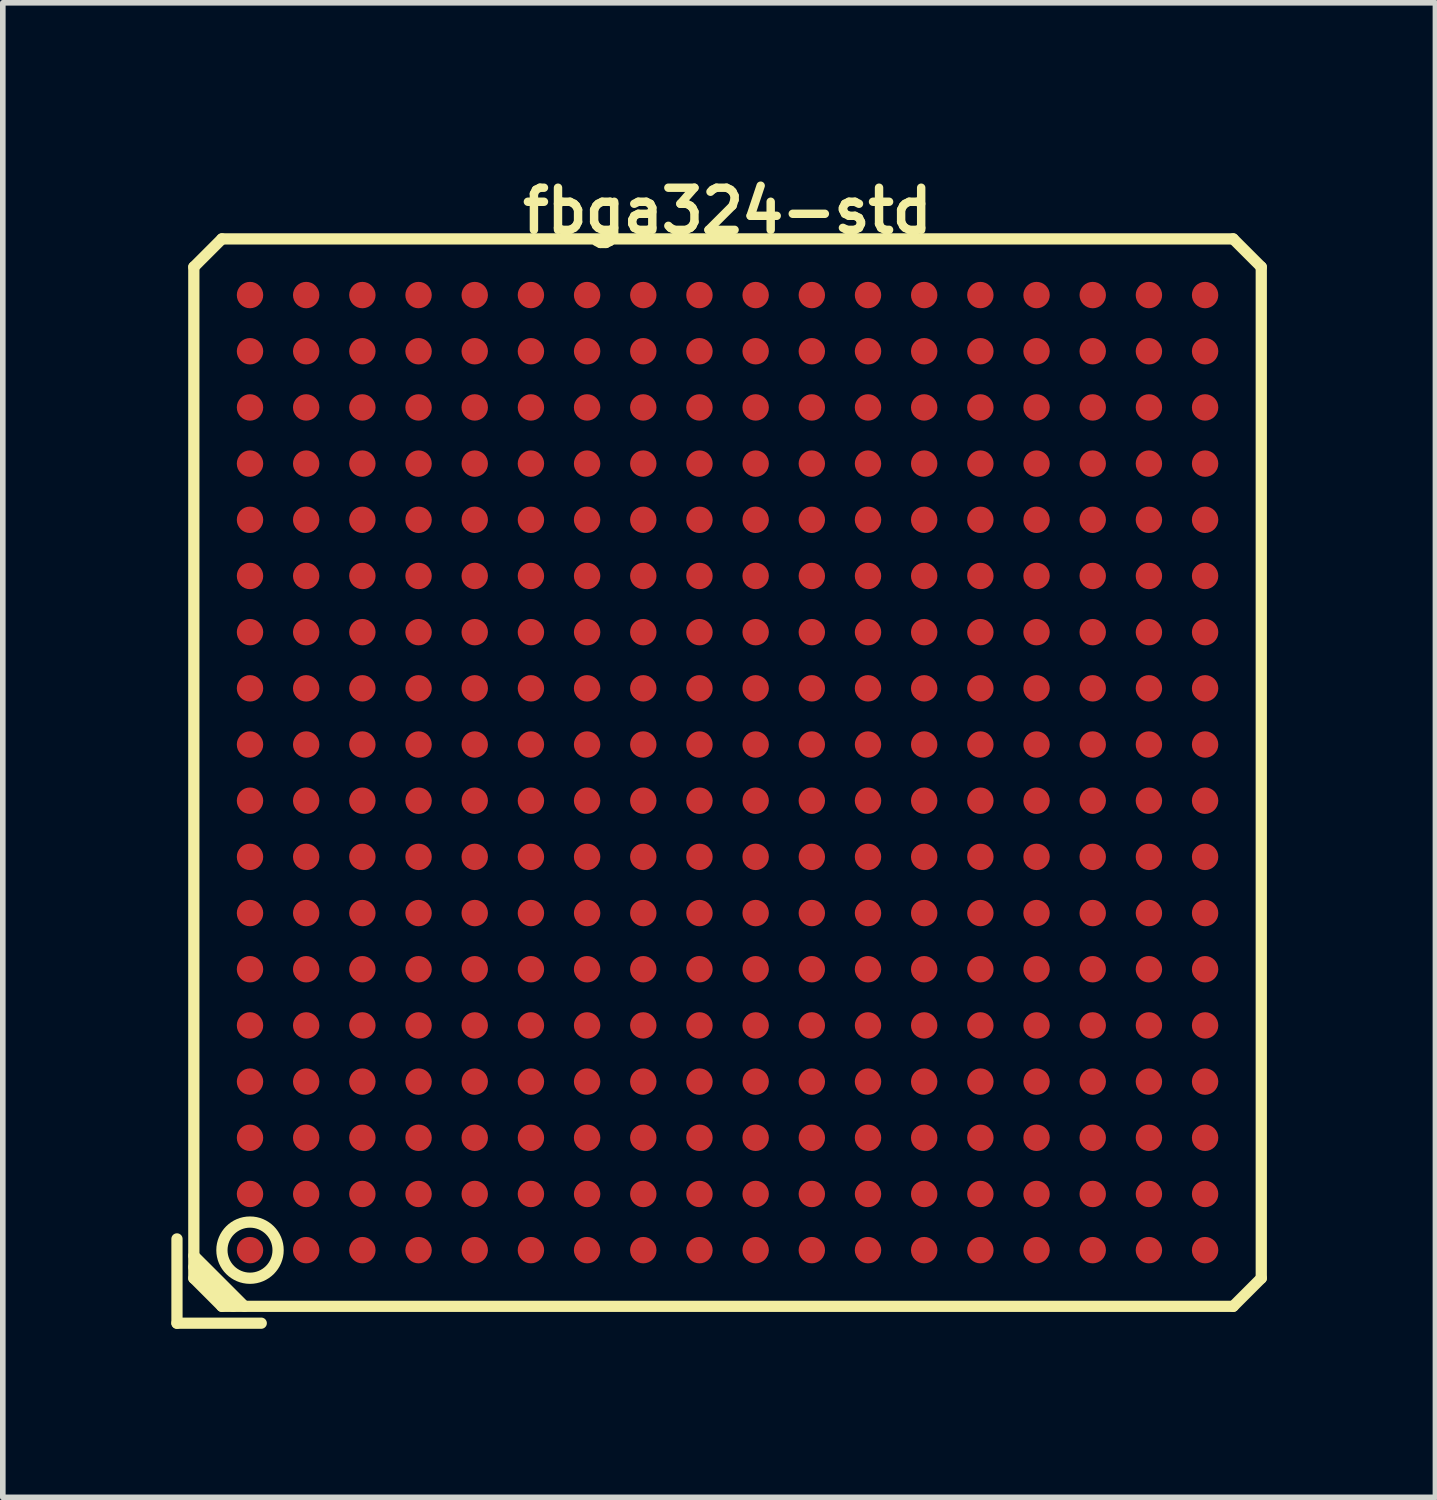
<source format=kicad_pcb>
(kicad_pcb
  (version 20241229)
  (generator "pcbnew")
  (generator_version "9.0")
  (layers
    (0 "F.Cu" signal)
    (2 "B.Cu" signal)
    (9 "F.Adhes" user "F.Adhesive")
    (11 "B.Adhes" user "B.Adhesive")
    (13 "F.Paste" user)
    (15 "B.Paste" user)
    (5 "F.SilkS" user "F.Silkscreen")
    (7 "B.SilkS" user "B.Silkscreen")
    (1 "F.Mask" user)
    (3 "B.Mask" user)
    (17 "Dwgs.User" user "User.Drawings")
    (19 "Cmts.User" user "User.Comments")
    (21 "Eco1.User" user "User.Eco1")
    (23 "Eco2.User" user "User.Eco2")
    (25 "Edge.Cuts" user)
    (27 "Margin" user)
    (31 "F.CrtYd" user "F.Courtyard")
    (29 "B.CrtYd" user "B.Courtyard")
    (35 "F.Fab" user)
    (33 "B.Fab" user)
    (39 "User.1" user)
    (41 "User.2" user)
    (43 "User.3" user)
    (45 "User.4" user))
  (footprint "fbga324-std"
    (layer "F.Cu")
    (at 9.9 10.702)
    (property "Reference" "fbga324-std" (at 0 -10 0) (layer "F.SilkS") (effects (font (size 0.75 0.75) (thickness 0.15))))
    (attr through_hole)
    (fp_line (start -9.8 8.3) (end -9.8 9.8) (stroke (width 0.2) (type solid)) (layer "F.SilkS"))
    (fp_line (start -9.8 9.8) (end -8.3 9.8) (stroke (width 0.2) (type solid)) (layer "F.SilkS"))
    (fp_line (start -9.5 -9) (end -9.5 9) (stroke (width 0.2) (type solid)) (layer "F.SilkS"))
    (fp_line (start -9.5 -9) (end -9 -9.5) (stroke (width 0.2) (type solid)) (layer "F.SilkS"))
    (fp_line (start -9.5 8.8) (end -8.8 9.5) (stroke (width 0.2) (type solid)) (layer "F.SilkS"))
    (fp_line (start -9 9.5) (end -9.5 9) (stroke (width 0.2) (type solid)) (layer "F.SilkS"))
    (fp_line (start -9 9.5) (end 9 9.5) (stroke (width 0.2) (type solid)) (layer "F.SilkS"))
    (fp_line (start -8.6 9.5) (end -9.5 8.6) (stroke (width 0.2) (type solid)) (layer "F.SilkS"))
    (fp_line (start 9 -9.5) (end -9 -9.5) (stroke (width 0.2) (type solid)) (layer "F.SilkS"))
    (fp_line (start 9 -9.5) (end 9.5 -9) (stroke (width 0.2) (type solid)) (layer "F.SilkS"))
    (fp_line (start 9.5 9) (end 9 9.5) (stroke (width 0.2) (type solid)) (layer "F.SilkS"))
    (fp_line (start 9.5 9) (end 9.5 -9) (stroke (width 0.2) (type solid)) (layer "F.SilkS"))
    (fp_circle (center -8.5 8.5) (end -8.8 8.9) (stroke (width 0.2) (type solid)) (fill no) (layer "F.SilkS"))
    (pad "A1" smd circle (at -8.5 8.5 90) (size 0.47 0.47) (layers "F.Cu" "F.Mask" "F.Paste"))
    (pad "A2" smd circle (at -8.5 7.5 90) (size 0.47 0.47) (layers "F.Cu" "F.Mask" "F.Paste"))
    (pad "A3" smd circle (at -8.5 6.5 90) (size 0.47 0.47) (layers "F.Cu" "F.Mask" "F.Paste"))
    (pad "A4" smd circle (at -8.5 5.5 90) (size 0.47 0.47) (layers "F.Cu" "F.Mask" "F.Paste"))
    (pad "A5" smd circle (at -8.5 4.5 90) (size 0.47 0.47) (layers "F.Cu" "F.Mask" "F.Paste"))
    (pad "A6" smd circle (at -8.5 3.5 90) (size 0.47 0.47) (layers "F.Cu" "F.Mask" "F.Paste"))
    (pad "A7" smd circle (at -8.5 2.5 90) (size 0.47 0.47) (layers "F.Cu" "F.Mask" "F.Paste"))
    (pad "A8" smd circle (at -8.5 1.5 90) (size 0.47 0.47) (layers "F.Cu" "F.Mask" "F.Paste"))
    (pad "A9" smd circle (at -8.5 0.5 90) (size 0.47 0.47) (layers "F.Cu" "F.Mask" "F.Paste"))
    (pad "A10" smd circle (at -8.5 -0.5 90) (size 0.47 0.47) (layers "F.Cu" "F.Mask" "F.Paste"))
    (pad "A11" smd circle (at -8.5 -1.5 90) (size 0.47 0.47) (layers "F.Cu" "F.Mask" "F.Paste"))
    (pad "A12" smd circle (at -8.5 -2.5 90) (size 0.47 0.47) (layers "F.Cu" "F.Mask" "F.Paste"))
    (pad "A13" smd circle (at -8.5 -3.5 90) (size 0.47 0.47) (layers "F.Cu" "F.Mask" "F.Paste"))
    (pad "A14" smd circle (at -8.5 -4.5 90) (size 0.47 0.47) (layers "F.Cu" "F.Mask" "F.Paste"))
    (pad "A15" smd circle (at -8.5 -5.5 90) (size 0.47 0.47) (layers "F.Cu" "F.Mask" "F.Paste"))
    (pad "A16" smd circle (at -8.5 -6.5 90) (size 0.47 0.47) (layers "F.Cu" "F.Mask" "F.Paste"))
    (pad "A17" smd circle (at -8.5 -7.5 90) (size 0.47 0.47) (layers "F.Cu" "F.Mask" "F.Paste"))
    (pad "A18" smd circle (at -8.5 -8.5 90) (size 0.47 0.47) (layers "F.Cu" "F.Mask" "F.Paste"))
    (pad "B1" smd circle (at -7.5 8.5 90) (size 0.47 0.47) (layers "F.Cu" "F.Mask" "F.Paste"))
    (pad "B2" smd circle (at -7.5 7.5 90) (size 0.47 0.47) (layers "F.Cu" "F.Mask" "F.Paste"))
    (pad "B3" smd circle (at -7.5 6.5 90) (size 0.47 0.47) (layers "F.Cu" "F.Mask" "F.Paste"))
    (pad "B4" smd circle (at -7.5 5.5 90) (size 0.47 0.47) (layers "F.Cu" "F.Mask" "F.Paste"))
    (pad "B5" smd circle (at -7.5 4.5 90) (size 0.47 0.47) (layers "F.Cu" "F.Mask" "F.Paste"))
    (pad "B6" smd circle (at -7.5 3.5 90) (size 0.47 0.47) (layers "F.Cu" "F.Mask" "F.Paste"))
    (pad "B7" smd circle (at -7.5 2.5 90) (size 0.47 0.47) (layers "F.Cu" "F.Mask" "F.Paste"))
    (pad "B8" smd circle (at -7.5 1.5 90) (size 0.47 0.47) (layers "F.Cu" "F.Mask" "F.Paste"))
    (pad "B9" smd circle (at -7.5 0.5 90) (size 0.47 0.47) (layers "F.Cu" "F.Mask" "F.Paste"))
    (pad "B10" smd circle (at -7.5 -0.5 90) (size 0.47 0.47) (layers "F.Cu" "F.Mask" "F.Paste"))
    (pad "B11" smd circle (at -7.5 -1.5 90) (size 0.47 0.47) (layers "F.Cu" "F.Mask" "F.Paste"))
    (pad "B12" smd circle (at -7.5 -2.5 90) (size 0.47 0.47) (layers "F.Cu" "F.Mask" "F.Paste"))
    (pad "B13" smd circle (at -7.5 -3.5 90) (size 0.47 0.47) (layers "F.Cu" "F.Mask" "F.Paste"))
    (pad "B14" smd circle (at -7.5 -4.5 90) (size 0.47 0.47) (layers "F.Cu" "F.Mask" "F.Paste"))
    (pad "B15" smd circle (at -7.5 -5.5 90) (size 0.47 0.47) (layers "F.Cu" "F.Mask" "F.Paste"))
    (pad "B16" smd circle (at -7.5 -6.5 90) (size 0.47 0.47) (layers "F.Cu" "F.Mask" "F.Paste"))
    (pad "B17" smd circle (at -7.5 -7.5 90) (size 0.47 0.47) (layers "F.Cu" "F.Mask" "F.Paste"))
    (pad "B18" smd circle (at -7.5 -8.5 90) (size 0.47 0.47) (layers "F.Cu" "F.Mask" "F.Paste"))
    (pad "C1" smd circle (at -6.5 8.5 90) (size 0.47 0.47) (layers "F.Cu" "F.Mask" "F.Paste"))
    (pad "C2" smd circle (at -6.5 7.5 90) (size 0.47 0.47) (layers "F.Cu" "F.Mask" "F.Paste"))
    (pad "C3" smd circle (at -6.5 6.5 90) (size 0.47 0.47) (layers "F.Cu" "F.Mask" "F.Paste"))
    (pad "C4" smd circle (at -6.5 5.5 90) (size 0.47 0.47) (layers "F.Cu" "F.Mask" "F.Paste"))
    (pad "C5" smd circle (at -6.5 4.5 90) (size 0.47 0.47) (layers "F.Cu" "F.Mask" "F.Paste"))
    (pad "C6" smd circle (at -6.5 3.5 90) (size 0.47 0.47) (layers "F.Cu" "F.Mask" "F.Paste"))
    (pad "C7" smd circle (at -6.5 2.5 90) (size 0.47 0.47) (layers "F.Cu" "F.Mask" "F.Paste"))
    (pad "C8" smd circle (at -6.5 1.5 90) (size 0.47 0.47) (layers "F.Cu" "F.Mask" "F.Paste"))
    (pad "C9" smd circle (at -6.5 0.5 90) (size 0.47 0.47) (layers "F.Cu" "F.Mask" "F.Paste"))
    (pad "C10" smd circle (at -6.5 -0.5 90) (size 0.47 0.47) (layers "F.Cu" "F.Mask" "F.Paste"))
    (pad "C11" smd circle (at -6.5 -1.5 90) (size 0.47 0.47) (layers "F.Cu" "F.Mask" "F.Paste"))
    (pad "C12" smd circle (at -6.5 -2.5 90) (size 0.47 0.47) (layers "F.Cu" "F.Mask" "F.Paste"))
    (pad "C13" smd circle (at -6.5 -3.5 90) (size 0.47 0.47) (layers "F.Cu" "F.Mask" "F.Paste"))
    (pad "C14" smd circle (at -6.5 -4.5 90) (size 0.47 0.47) (layers "F.Cu" "F.Mask" "F.Paste"))
    (pad "C15" smd circle (at -6.5 -5.5 90) (size 0.47 0.47) (layers "F.Cu" "F.Mask" "F.Paste"))
    (pad "C16" smd circle (at -6.5 -6.5 90) (size 0.47 0.47) (layers "F.Cu" "F.Mask" "F.Paste"))
    (pad "C17" smd circle (at -6.5 -7.5 90) (size 0.47 0.47) (layers "F.Cu" "F.Mask" "F.Paste"))
    (pad "C18" smd circle (at -6.5 -8.5 90) (size 0.47 0.47) (layers "F.Cu" "F.Mask" "F.Paste"))
    (pad "D1" smd circle (at -5.5 8.5 90) (size 0.47 0.47) (layers "F.Cu" "F.Mask" "F.Paste"))
    (pad "D2" smd circle (at -5.5 7.5 90) (size 0.47 0.47) (layers "F.Cu" "F.Mask" "F.Paste"))
    (pad "D3" smd circle (at -5.5 6.5 90) (size 0.47 0.47) (layers "F.Cu" "F.Mask" "F.Paste"))
    (pad "D4" smd circle (at -5.5 5.5 90) (size 0.47 0.47) (layers "F.Cu" "F.Mask" "F.Paste"))
    (pad "D5" smd circle (at -5.5 4.5 90) (size 0.47 0.47) (layers "F.Cu" "F.Mask" "F.Paste"))
    (pad "D6" smd circle (at -5.5 3.5 90) (size 0.47 0.47) (layers "F.Cu" "F.Mask" "F.Paste"))
    (pad "D7" smd circle (at -5.5 2.5 90) (size 0.47 0.47) (layers "F.Cu" "F.Mask" "F.Paste"))
    (pad "D8" smd circle (at -5.5 1.5 90) (size 0.47 0.47) (layers "F.Cu" "F.Mask" "F.Paste"))
    (pad "D9" smd circle (at -5.5 0.5 90) (size 0.47 0.47) (layers "F.Cu" "F.Mask" "F.Paste"))
    (pad "D10" smd circle (at -5.5 -0.5 90) (size 0.47 0.47) (layers "F.Cu" "F.Mask" "F.Paste"))
    (pad "D11" smd circle (at -5.5 -1.5 90) (size 0.47 0.47) (layers "F.Cu" "F.Mask" "F.Paste"))
    (pad "D12" smd circle (at -5.5 -2.5 90) (size 0.47 0.47) (layers "F.Cu" "F.Mask" "F.Paste"))
    (pad "D13" smd circle (at -5.5 -3.5 90) (size 0.47 0.47) (layers "F.Cu" "F.Mask" "F.Paste"))
    (pad "D14" smd circle (at -5.5 -4.5 90) (size 0.47 0.47) (layers "F.Cu" "F.Mask" "F.Paste"))
    (pad "D15" smd circle (at -5.5 -5.5 90) (size 0.47 0.47) (layers "F.Cu" "F.Mask" "F.Paste"))
    (pad "D16" smd circle (at -5.5 -6.5 90) (size 0.47 0.47) (layers "F.Cu" "F.Mask" "F.Paste"))
    (pad "D17" smd circle (at -5.5 -7.5 90) (size 0.47 0.47) (layers "F.Cu" "F.Mask" "F.Paste"))
    (pad "D18" smd circle (at -5.5 -8.5 90) (size 0.47 0.47) (layers "F.Cu" "F.Mask" "F.Paste"))
    (pad "E1" smd circle (at -4.5 8.5 90) (size 0.47 0.47) (layers "F.Cu" "F.Mask" "F.Paste"))
    (pad "E2" smd circle (at -4.5 7.5 90) (size 0.47 0.47) (layers "F.Cu" "F.Mask" "F.Paste"))
    (pad "E3" smd circle (at -4.5 6.5 90) (size 0.47 0.47) (layers "F.Cu" "F.Mask" "F.Paste"))
    (pad "E4" smd circle (at -4.5 5.5 90) (size 0.47 0.47) (layers "F.Cu" "F.Mask" "F.Paste"))
    (pad "E5" smd circle (at -4.5 4.5 90) (size 0.47 0.47) (layers "F.Cu" "F.Mask" "F.Paste"))
    (pad "E6" smd circle (at -4.5 3.5 90) (size 0.47 0.47) (layers "F.Cu" "F.Mask" "F.Paste"))
    (pad "E7" smd circle (at -4.5 2.5 90) (size 0.47 0.47) (layers "F.Cu" "F.Mask" "F.Paste"))
    (pad "E8" smd circle (at -4.5 1.5 90) (size 0.47 0.47) (layers "F.Cu" "F.Mask" "F.Paste"))
    (pad "E9" smd circle (at -4.5 0.5 90) (size 0.47 0.47) (layers "F.Cu" "F.Mask" "F.Paste"))
    (pad "E10" smd circle (at -4.5 -0.5 90) (size 0.47 0.47) (layers "F.Cu" "F.Mask" "F.Paste"))
    (pad "E11" smd circle (at -4.5 -1.5 90) (size 0.47 0.47) (layers "F.Cu" "F.Mask" "F.Paste"))
    (pad "E12" smd circle (at -4.5 -2.5 90) (size 0.47 0.47) (layers "F.Cu" "F.Mask" "F.Paste"))
    (pad "E13" smd circle (at -4.5 -3.5 90) (size 0.47 0.47) (layers "F.Cu" "F.Mask" "F.Paste"))
    (pad "E14" smd circle (at -4.5 -4.5 90) (size 0.47 0.47) (layers "F.Cu" "F.Mask" "F.Paste"))
    (pad "E15" smd circle (at -4.5 -5.5 90) (size 0.47 0.47) (layers "F.Cu" "F.Mask" "F.Paste"))
    (pad "E16" smd circle (at -4.5 -6.5 90) (size 0.47 0.47) (layers "F.Cu" "F.Mask" "F.Paste"))
    (pad "E17" smd circle (at -4.5 -7.5 90) (size 0.47 0.47) (layers "F.Cu" "F.Mask" "F.Paste"))
    (pad "E18" smd circle (at -4.5 -8.5 90) (size 0.47 0.47) (layers "F.Cu" "F.Mask" "F.Paste"))
    (pad "F1" smd circle (at -3.5 8.5 90) (size 0.47 0.47) (layers "F.Cu" "F.Mask" "F.Paste"))
    (pad "F2" smd circle (at -3.5 7.5 90) (size 0.47 0.47) (layers "F.Cu" "F.Mask" "F.Paste"))
    (pad "F3" smd circle (at -3.5 6.5 90) (size 0.47 0.47) (layers "F.Cu" "F.Mask" "F.Paste"))
    (pad "F4" smd circle (at -3.5 5.5 90) (size 0.47 0.47) (layers "F.Cu" "F.Mask" "F.Paste"))
    (pad "F5" smd circle (at -3.5 4.5 90) (size 0.47 0.47) (layers "F.Cu" "F.Mask" "F.Paste"))
    (pad "F6" smd circle (at -3.5 3.5 90) (size 0.47 0.47) (layers "F.Cu" "F.Mask" "F.Paste"))
    (pad "F7" smd circle (at -3.5 2.5 90) (size 0.47 0.47) (layers "F.Cu" "F.Mask" "F.Paste"))
    (pad "F8" smd circle (at -3.5 1.5 90) (size 0.47 0.47) (layers "F.Cu" "F.Mask" "F.Paste"))
    (pad "F9" smd circle (at -3.5 0.5 90) (size 0.47 0.47) (layers "F.Cu" "F.Mask" "F.Paste"))
    (pad "F10" smd circle (at -3.5 -0.5 90) (size 0.47 0.47) (layers "F.Cu" "F.Mask" "F.Paste"))
    (pad "F11" smd circle (at -3.5 -1.5 90) (size 0.47 0.47) (layers "F.Cu" "F.Mask" "F.Paste"))
    (pad "F12" smd circle (at -3.5 -2.5 90) (size 0.47 0.47) (layers "F.Cu" "F.Mask" "F.Paste"))
    (pad "F13" smd circle (at -3.5 -3.5 90) (size 0.47 0.47) (layers "F.Cu" "F.Mask" "F.Paste"))
    (pad "F14" smd circle (at -3.5 -4.5 90) (size 0.47 0.47) (layers "F.Cu" "F.Mask" "F.Paste"))
    (pad "F15" smd circle (at -3.5 -5.5 90) (size 0.47 0.47) (layers "F.Cu" "F.Mask" "F.Paste"))
    (pad "F16" smd circle (at -3.5 -6.5 90) (size 0.47 0.47) (layers "F.Cu" "F.Mask" "F.Paste"))
    (pad "F17" smd circle (at -3.5 -7.5 90) (size 0.47 0.47) (layers "F.Cu" "F.Mask" "F.Paste"))
    (pad "F18" smd circle (at -3.5 -8.5 90) (size 0.47 0.47) (layers "F.Cu" "F.Mask" "F.Paste"))
    (pad "G1" smd circle (at -2.5 8.5 90) (size 0.47 0.47) (layers "F.Cu" "F.Mask" "F.Paste"))
    (pad "G2" smd circle (at -2.5 7.5 90) (size 0.47 0.47) (layers "F.Cu" "F.Mask" "F.Paste"))
    (pad "G3" smd circle (at -2.5 6.5 90) (size 0.47 0.47) (layers "F.Cu" "F.Mask" "F.Paste"))
    (pad "G4" smd circle (at -2.5 5.5 90) (size 0.47 0.47) (layers "F.Cu" "F.Mask" "F.Paste"))
    (pad "G5" smd circle (at -2.5 4.5 90) (size 0.47 0.47) (layers "F.Cu" "F.Mask" "F.Paste"))
    (pad "G6" smd circle (at -2.5 3.5 90) (size 0.47 0.47) (layers "F.Cu" "F.Mask" "F.Paste"))
    (pad "G7" smd circle (at -2.5 2.5 90) (size 0.47 0.47) (layers "F.Cu" "F.Mask" "F.Paste"))
    (pad "G8" smd circle (at -2.5 1.5 90) (size 0.47 0.47) (layers "F.Cu" "F.Mask" "F.Paste"))
    (pad "G9" smd circle (at -2.5 0.5 90) (size 0.47 0.47) (layers "F.Cu" "F.Mask" "F.Paste"))
    (pad "G10" smd circle (at -2.5 -0.5 90) (size 0.47 0.47) (layers "F.Cu" "F.Mask" "F.Paste"))
    (pad "G11" smd circle (at -2.5 -1.5 90) (size 0.47 0.47) (layers "F.Cu" "F.Mask" "F.Paste"))
    (pad "G12" smd circle (at -2.5 -2.5 90) (size 0.47 0.47) (layers "F.Cu" "F.Mask" "F.Paste"))
    (pad "G13" smd circle (at -2.5 -3.5 90) (size 0.47 0.47) (layers "F.Cu" "F.Mask" "F.Paste"))
    (pad "G14" smd circle (at -2.5 -4.5 90) (size 0.47 0.47) (layers "F.Cu" "F.Mask" "F.Paste"))
    (pad "G15" smd circle (at -2.5 -5.5 90) (size 0.47 0.47) (layers "F.Cu" "F.Mask" "F.Paste"))
    (pad "G16" smd circle (at -2.5 -6.5 90) (size 0.47 0.47) (layers "F.Cu" "F.Mask" "F.Paste"))
    (pad "G17" smd circle (at -2.5 -7.5 90) (size 0.47 0.47) (layers "F.Cu" "F.Mask" "F.Paste"))
    (pad "G18" smd circle (at -2.5 -8.5 90) (size 0.47 0.47) (layers "F.Cu" "F.Mask" "F.Paste"))
    (pad "H1" smd circle (at -1.5 8.5 90) (size 0.47 0.47) (layers "F.Cu" "F.Mask" "F.Paste"))
    (pad "H2" smd circle (at -1.5 7.5 90) (size 0.47 0.47) (layers "F.Cu" "F.Mask" "F.Paste"))
    (pad "H3" smd circle (at -1.5 6.5 90) (size 0.47 0.47) (layers "F.Cu" "F.Mask" "F.Paste"))
    (pad "H4" smd circle (at -1.5 5.5 90) (size 0.47 0.47) (layers "F.Cu" "F.Mask" "F.Paste"))
    (pad "H5" smd circle (at -1.5 4.5 90) (size 0.47 0.47) (layers "F.Cu" "F.Mask" "F.Paste"))
    (pad "H6" smd circle (at -1.5 3.5 90) (size 0.47 0.47) (layers "F.Cu" "F.Mask" "F.Paste"))
    (pad "H7" smd circle (at -1.5 2.5 90) (size 0.47 0.47) (layers "F.Cu" "F.Mask" "F.Paste"))
    (pad "H8" smd circle (at -1.5 1.5 90) (size 0.47 0.47) (layers "F.Cu" "F.Mask" "F.Paste"))
    (pad "H9" smd circle (at -1.5 0.5 90) (size 0.47 0.47) (layers "F.Cu" "F.Mask" "F.Paste"))
    (pad "H10" smd circle (at -1.5 -0.5 90) (size 0.47 0.47) (layers "F.Cu" "F.Mask" "F.Paste"))
    (pad "H11" smd circle (at -1.5 -1.5 90) (size 0.47 0.47) (layers "F.Cu" "F.Mask" "F.Paste"))
    (pad "H12" smd circle (at -1.5 -2.5 90) (size 0.47 0.47) (layers "F.Cu" "F.Mask" "F.Paste"))
    (pad "H13" smd circle (at -1.5 -3.5 90) (size 0.47 0.47) (layers "F.Cu" "F.Mask" "F.Paste"))
    (pad "H14" smd circle (at -1.5 -4.5 90) (size 0.47 0.47) (layers "F.Cu" "F.Mask" "F.Paste"))
    (pad "H15" smd circle (at -1.5 -5.5 90) (size 0.47 0.47) (layers "F.Cu" "F.Mask" "F.Paste"))
    (pad "H16" smd circle (at -1.5 -6.5 90) (size 0.47 0.47) (layers "F.Cu" "F.Mask" "F.Paste"))
    (pad "H17" smd circle (at -1.5 -7.5 90) (size 0.47 0.47) (layers "F.Cu" "F.Mask" "F.Paste"))
    (pad "H18" smd circle (at -1.5 -8.5 90) (size 0.47 0.47) (layers "F.Cu" "F.Mask" "F.Paste"))
    (pad "J1" smd circle (at -0.5 8.5 90) (size 0.47 0.47) (layers "F.Cu" "F.Mask" "F.Paste"))
    (pad "J2" smd circle (at -0.5 7.5 90) (size 0.47 0.47) (layers "F.Cu" "F.Mask" "F.Paste"))
    (pad "J3" smd circle (at -0.5 6.5 90) (size 0.47 0.47) (layers "F.Cu" "F.Mask" "F.Paste"))
    (pad "J4" smd circle (at -0.5 5.5 90) (size 0.47 0.47) (layers "F.Cu" "F.Mask" "F.Paste"))
    (pad "J5" smd circle (at -0.5 4.5 90) (size 0.47 0.47) (layers "F.Cu" "F.Mask" "F.Paste"))
    (pad "J6" smd circle (at -0.5 3.5 90) (size 0.47 0.47) (layers "F.Cu" "F.Mask" "F.Paste"))
    (pad "J7" smd circle (at -0.5 2.5 90) (size 0.47 0.47) (layers "F.Cu" "F.Mask" "F.Paste"))
    (pad "J8" smd circle (at -0.5 1.5 90) (size 0.47 0.47) (layers "F.Cu" "F.Mask" "F.Paste"))
    (pad "J9" smd circle (at -0.5 0.5 90) (size 0.47 0.47) (layers "F.Cu" "F.Mask" "F.Paste"))
    (pad "J10" smd circle (at -0.5 -0.5 90) (size 0.47 0.47) (layers "F.Cu" "F.Mask" "F.Paste"))
    (pad "J11" smd circle (at -0.5 -1.5 90) (size 0.47 0.47) (layers "F.Cu" "F.Mask" "F.Paste"))
    (pad "J12" smd circle (at -0.5 -2.5 90) (size 0.47 0.47) (layers "F.Cu" "F.Mask" "F.Paste"))
    (pad "J13" smd circle (at -0.5 -3.5 90) (size 0.47 0.47) (layers "F.Cu" "F.Mask" "F.Paste"))
    (pad "J14" smd circle (at -0.5 -4.5 90) (size 0.47 0.47) (layers "F.Cu" "F.Mask" "F.Paste"))
    (pad "J15" smd circle (at -0.5 -5.5 90) (size 0.47 0.47) (layers "F.Cu" "F.Mask" "F.Paste"))
    (pad "J16" smd circle (at -0.5 -6.5 90) (size 0.47 0.47) (layers "F.Cu" "F.Mask" "F.Paste"))
    (pad "J17" smd circle (at -0.5 -7.5 90) (size 0.47 0.47) (layers "F.Cu" "F.Mask" "F.Paste"))
    (pad "J18" smd circle (at -0.5 -8.5 90) (size 0.47 0.47) (layers "F.Cu" "F.Mask" "F.Paste"))
    (pad "K1" smd circle (at 0.5 8.5 90) (size 0.47 0.47) (layers "F.Cu" "F.Mask" "F.Paste"))
    (pad "K2" smd circle (at 0.5 7.5 90) (size 0.47 0.47) (layers "F.Cu" "F.Mask" "F.Paste"))
    (pad "K3" smd circle (at 0.5 6.5 90) (size 0.47 0.47) (layers "F.Cu" "F.Mask" "F.Paste"))
    (pad "K4" smd circle (at 0.5 5.5 90) (size 0.47 0.47) (layers "F.Cu" "F.Mask" "F.Paste"))
    (pad "K5" smd circle (at 0.5 4.5 90) (size 0.47 0.47) (layers "F.Cu" "F.Mask" "F.Paste"))
    (pad "K6" smd circle (at 0.5 3.5 90) (size 0.47 0.47) (layers "F.Cu" "F.Mask" "F.Paste"))
    (pad "K7" smd circle (at 0.5 2.5 90) (size 0.47 0.47) (layers "F.Cu" "F.Mask" "F.Paste"))
    (pad "K8" smd circle (at 0.5 1.5 90) (size 0.47 0.47) (layers "F.Cu" "F.Mask" "F.Paste"))
    (pad "K9" smd circle (at 0.5 0.5 90) (size 0.47 0.47) (layers "F.Cu" "F.Mask" "F.Paste"))
    (pad "K10" smd circle (at 0.5 -0.5 90) (size 0.47 0.47) (layers "F.Cu" "F.Mask" "F.Paste"))
    (pad "K11" smd circle (at 0.5 -1.5 90) (size 0.47 0.47) (layers "F.Cu" "F.Mask" "F.Paste"))
    (pad "K12" smd circle (at 0.5 -2.5 90) (size 0.47 0.47) (layers "F.Cu" "F.Mask" "F.Paste"))
    (pad "K13" smd circle (at 0.5 -3.5 90) (size 0.47 0.47) (layers "F.Cu" "F.Mask" "F.Paste"))
    (pad "K14" smd circle (at 0.5 -4.5 90) (size 0.47 0.47) (layers "F.Cu" "F.Mask" "F.Paste"))
    (pad "K15" smd circle (at 0.5 -5.5 90) (size 0.47 0.47) (layers "F.Cu" "F.Mask" "F.Paste"))
    (pad "K16" smd circle (at 0.5 -6.5 90) (size 0.47 0.47) (layers "F.Cu" "F.Mask" "F.Paste"))
    (pad "K17" smd circle (at 0.5 -7.5 90) (size 0.47 0.47) (layers "F.Cu" "F.Mask" "F.Paste"))
    (pad "K18" smd circle (at 0.5 -8.5 90) (size 0.47 0.47) (layers "F.Cu" "F.Mask" "F.Paste"))
    (pad "L1" smd circle (at 1.5 8.5 90) (size 0.47 0.47) (layers "F.Cu" "F.Mask" "F.Paste"))
    (pad "L2" smd circle (at 1.5 7.5 90) (size 0.47 0.47) (layers "F.Cu" "F.Mask" "F.Paste"))
    (pad "L3" smd circle (at 1.5 6.5 90) (size 0.47 0.47) (layers "F.Cu" "F.Mask" "F.Paste"))
    (pad "L4" smd circle (at 1.5 5.5 90) (size 0.47 0.47) (layers "F.Cu" "F.Mask" "F.Paste"))
    (pad "L5" smd circle (at 1.5 4.5 90) (size 0.47 0.47) (layers "F.Cu" "F.Mask" "F.Paste"))
    (pad "L6" smd circle (at 1.5 3.5 90) (size 0.47 0.47) (layers "F.Cu" "F.Mask" "F.Paste"))
    (pad "L7" smd circle (at 1.5 2.5 90) (size 0.47 0.47) (layers "F.Cu" "F.Mask" "F.Paste"))
    (pad "L8" smd circle (at 1.5 1.5 90) (size 0.47 0.47) (layers "F.Cu" "F.Mask" "F.Paste"))
    (pad "L9" smd circle (at 1.5 0.5 90) (size 0.47 0.47) (layers "F.Cu" "F.Mask" "F.Paste"))
    (pad "L10" smd circle (at 1.5 -0.5 90) (size 0.47 0.47) (layers "F.Cu" "F.Mask" "F.Paste"))
    (pad "L11" smd circle (at 1.5 -1.5 90) (size 0.47 0.47) (layers "F.Cu" "F.Mask" "F.Paste"))
    (pad "L12" smd circle (at 1.5 -2.5 90) (size 0.47 0.47) (layers "F.Cu" "F.Mask" "F.Paste"))
    (pad "L13" smd circle (at 1.5 -3.5 90) (size 0.47 0.47) (layers "F.Cu" "F.Mask" "F.Paste"))
    (pad "L14" smd circle (at 1.5 -4.5 90) (size 0.47 0.47) (layers "F.Cu" "F.Mask" "F.Paste"))
    (pad "L15" smd circle (at 1.5 -5.5 90) (size 0.47 0.47) (layers "F.Cu" "F.Mask" "F.Paste"))
    (pad "L16" smd circle (at 1.5 -6.5 90) (size 0.47 0.47) (layers "F.Cu" "F.Mask" "F.Paste"))
    (pad "L17" smd circle (at 1.5 -7.5 90) (size 0.47 0.47) (layers "F.Cu" "F.Mask" "F.Paste"))
    (pad "L18" smd circle (at 1.5 -8.5 90) (size 0.47 0.47) (layers "F.Cu" "F.Mask" "F.Paste"))
    (pad "M1" smd circle (at 2.5 8.5 90) (size 0.47 0.47) (layers "F.Cu" "F.Mask" "F.Paste"))
    (pad "M2" smd circle (at 2.5 7.5 90) (size 0.47 0.47) (layers "F.Cu" "F.Mask" "F.Paste"))
    (pad "M3" smd circle (at 2.5 6.5 90) (size 0.47 0.47) (layers "F.Cu" "F.Mask" "F.Paste"))
    (pad "M4" smd circle (at 2.5 5.5 90) (size 0.47 0.47) (layers "F.Cu" "F.Mask" "F.Paste"))
    (pad "M5" smd circle (at 2.5 4.5 90) (size 0.47 0.47) (layers "F.Cu" "F.Mask" "F.Paste"))
    (pad "M6" smd circle (at 2.5 3.5 90) (size 0.47 0.47) (layers "F.Cu" "F.Mask" "F.Paste"))
    (pad "M7" smd circle (at 2.5 2.5 90) (size 0.47 0.47) (layers "F.Cu" "F.Mask" "F.Paste"))
    (pad "M8" smd circle (at 2.5 1.5 90) (size 0.47 0.47) (layers "F.Cu" "F.Mask" "F.Paste"))
    (pad "M9" smd circle (at 2.5 0.5 90) (size 0.47 0.47) (layers "F.Cu" "F.Mask" "F.Paste"))
    (pad "M10" smd circle (at 2.5 -0.5 90) (size 0.47 0.47) (layers "F.Cu" "F.Mask" "F.Paste"))
    (pad "M11" smd circle (at 2.5 -1.5 90) (size 0.47 0.47) (layers "F.Cu" "F.Mask" "F.Paste"))
    (pad "M12" smd circle (at 2.5 -2.5 90) (size 0.47 0.47) (layers "F.Cu" "F.Mask" "F.Paste"))
    (pad "M13" smd circle (at 2.5 -3.5 90) (size 0.47 0.47) (layers "F.Cu" "F.Mask" "F.Paste"))
    (pad "M14" smd circle (at 2.5 -4.5 90) (size 0.47 0.47) (layers "F.Cu" "F.Mask" "F.Paste"))
    (pad "M15" smd circle (at 2.5 -5.5 90) (size 0.47 0.47) (layers "F.Cu" "F.Mask" "F.Paste"))
    (pad "M16" smd circle (at 2.5 -6.5 90) (size 0.47 0.47) (layers "F.Cu" "F.Mask" "F.Paste"))
    (pad "M17" smd circle (at 2.5 -7.5 90) (size 0.47 0.47) (layers "F.Cu" "F.Mask" "F.Paste"))
    (pad "M18" smd circle (at 2.5 -8.5 90) (size 0.47 0.47) (layers "F.Cu" "F.Mask" "F.Paste"))
    (pad "N1" smd circle (at 3.5 8.5 90) (size 0.47 0.47) (layers "F.Cu" "F.Mask" "F.Paste"))
    (pad "N2" smd circle (at 3.5 7.5 90) (size 0.47 0.47) (layers "F.Cu" "F.Mask" "F.Paste"))
    (pad "N3" smd circle (at 3.5 6.5 90) (size 0.47 0.47) (layers "F.Cu" "F.Mask" "F.Paste"))
    (pad "N4" smd circle (at 3.5 5.5 90) (size 0.47 0.47) (layers "F.Cu" "F.Mask" "F.Paste"))
    (pad "N5" smd circle (at 3.5 4.5 90) (size 0.47 0.47) (layers "F.Cu" "F.Mask" "F.Paste"))
    (pad "N6" smd circle (at 3.5 3.5 90) (size 0.47 0.47) (layers "F.Cu" "F.Mask" "F.Paste"))
    (pad "N7" smd circle (at 3.5 2.5 90) (size 0.47 0.47) (layers "F.Cu" "F.Mask" "F.Paste"))
    (pad "N8" smd circle (at 3.5 1.5 90) (size 0.47 0.47) (layers "F.Cu" "F.Mask" "F.Paste"))
    (pad "N9" smd circle (at 3.5 0.5 90) (size 0.47 0.47) (layers "F.Cu" "F.Mask" "F.Paste"))
    (pad "N10" smd circle (at 3.5 -0.5 90) (size 0.47 0.47) (layers "F.Cu" "F.Mask" "F.Paste"))
    (pad "N11" smd circle (at 3.5 -1.5 90) (size 0.47 0.47) (layers "F.Cu" "F.Mask" "F.Paste"))
    (pad "N12" smd circle (at 3.5 -2.5 90) (size 0.47 0.47) (layers "F.Cu" "F.Mask" "F.Paste"))
    (pad "N13" smd circle (at 3.5 -3.5 90) (size 0.47 0.47) (layers "F.Cu" "F.Mask" "F.Paste"))
    (pad "N14" smd circle (at 3.5 -4.5 90) (size 0.47 0.47) (layers "F.Cu" "F.Mask" "F.Paste"))
    (pad "N15" smd circle (at 3.5 -5.5 90) (size 0.47 0.47) (layers "F.Cu" "F.Mask" "F.Paste"))
    (pad "N16" smd circle (at 3.5 -6.5 90) (size 0.47 0.47) (layers "F.Cu" "F.Mask" "F.Paste"))
    (pad "N17" smd circle (at 3.5 -7.5 90) (size 0.47 0.47) (layers "F.Cu" "F.Mask" "F.Paste"))
    (pad "N18" smd circle (at 3.5 -8.5 90) (size 0.47 0.47) (layers "F.Cu" "F.Mask" "F.Paste"))
    (pad "P1" smd circle (at 4.5 8.5 90) (size 0.47 0.47) (layers "F.Cu" "F.Mask" "F.Paste"))
    (pad "P2" smd circle (at 4.5 7.5 90) (size 0.47 0.47) (layers "F.Cu" "F.Mask" "F.Paste"))
    (pad "P3" smd circle (at 4.5 6.5 90) (size 0.47 0.47) (layers "F.Cu" "F.Mask" "F.Paste"))
    (pad "P4" smd circle (at 4.5 5.5 90) (size 0.47 0.47) (layers "F.Cu" "F.Mask" "F.Paste"))
    (pad "P5" smd circle (at 4.5 4.5 90) (size 0.47 0.47) (layers "F.Cu" "F.Mask" "F.Paste"))
    (pad "P6" smd circle (at 4.5 3.5 90) (size 0.47 0.47) (layers "F.Cu" "F.Mask" "F.Paste"))
    (pad "P7" smd circle (at 4.5 2.5 90) (size 0.47 0.47) (layers "F.Cu" "F.Mask" "F.Paste"))
    (pad "P8" smd circle (at 4.5 1.5 90) (size 0.47 0.47) (layers "F.Cu" "F.Mask" "F.Paste"))
    (pad "P9" smd circle (at 4.5 0.5 90) (size 0.47 0.47) (layers "F.Cu" "F.Mask" "F.Paste"))
    (pad "P10" smd circle (at 4.5 -0.5 90) (size 0.47 0.47) (layers "F.Cu" "F.Mask" "F.Paste"))
    (pad "P11" smd circle (at 4.5 -1.5 90) (size 0.47 0.47) (layers "F.Cu" "F.Mask" "F.Paste"))
    (pad "P12" smd circle (at 4.5 -2.5 90) (size 0.47 0.47) (layers "F.Cu" "F.Mask" "F.Paste"))
    (pad "P13" smd circle (at 4.5 -3.5 90) (size 0.47 0.47) (layers "F.Cu" "F.Mask" "F.Paste"))
    (pad "P14" smd circle (at 4.5 -4.5 90) (size 0.47 0.47) (layers "F.Cu" "F.Mask" "F.Paste"))
    (pad "P15" smd circle (at 4.5 -5.5 90) (size 0.47 0.47) (layers "F.Cu" "F.Mask" "F.Paste"))
    (pad "P16" smd circle (at 4.5 -6.5 90) (size 0.47 0.47) (layers "F.Cu" "F.Mask" "F.Paste"))
    (pad "P17" smd circle (at 4.5 -7.5 90) (size 0.47 0.47) (layers "F.Cu" "F.Mask" "F.Paste"))
    (pad "P18" smd circle (at 4.5 -8.5 90) (size 0.47 0.47) (layers "F.Cu" "F.Mask" "F.Paste"))
    (pad "R1" smd circle (at 5.5 8.5 90) (size 0.47 0.47) (layers "F.Cu" "F.Mask" "F.Paste"))
    (pad "R2" smd circle (at 5.5 7.5 90) (size 0.47 0.47) (layers "F.Cu" "F.Mask" "F.Paste"))
    (pad "R3" smd circle (at 5.5 6.5 90) (size 0.47 0.47) (layers "F.Cu" "F.Mask" "F.Paste"))
    (pad "R4" smd circle (at 5.5 5.5 90) (size 0.47 0.47) (layers "F.Cu" "F.Mask" "F.Paste"))
    (pad "R5" smd circle (at 5.5 4.5 90) (size 0.47 0.47) (layers "F.Cu" "F.Mask" "F.Paste"))
    (pad "R6" smd circle (at 5.5 3.5 90) (size 0.47 0.47) (layers "F.Cu" "F.Mask" "F.Paste"))
    (pad "R7" smd circle (at 5.5 2.5 90) (size 0.47 0.47) (layers "F.Cu" "F.Mask" "F.Paste"))
    (pad "R8" smd circle (at 5.5 1.5 90) (size 0.47 0.47) (layers "F.Cu" "F.Mask" "F.Paste"))
    (pad "R9" smd circle (at 5.5 0.5 90) (size 0.47 0.47) (layers "F.Cu" "F.Mask" "F.Paste"))
    (pad "R10" smd circle (at 5.5 -0.5 90) (size 0.47 0.47) (layers "F.Cu" "F.Mask" "F.Paste"))
    (pad "R11" smd circle (at 5.5 -1.5 90) (size 0.47 0.47) (layers "F.Cu" "F.Mask" "F.Paste"))
    (pad "R12" smd circle (at 5.5 -2.5 90) (size 0.47 0.47) (layers "F.Cu" "F.Mask" "F.Paste"))
    (pad "R13" smd circle (at 5.5 -3.5 90) (size 0.47 0.47) (layers "F.Cu" "F.Mask" "F.Paste"))
    (pad "R14" smd circle (at 5.5 -4.5 90) (size 0.47 0.47) (layers "F.Cu" "F.Mask" "F.Paste"))
    (pad "R15" smd circle (at 5.5 -5.5 90) (size 0.47 0.47) (layers "F.Cu" "F.Mask" "F.Paste"))
    (pad "R16" smd circle (at 5.5 -6.5 90) (size 0.47 0.47) (layers "F.Cu" "F.Mask" "F.Paste"))
    (pad "R17" smd circle (at 5.5 -7.5 90) (size 0.47 0.47) (layers "F.Cu" "F.Mask" "F.Paste"))
    (pad "R18" smd circle (at 5.5 -8.5 90) (size 0.47 0.47) (layers "F.Cu" "F.Mask" "F.Paste"))
    (pad "T1" smd circle (at 6.5 8.5 90) (size 0.47 0.47) (layers "F.Cu" "F.Mask" "F.Paste"))
    (pad "T2" smd circle (at 6.5 7.5 90) (size 0.47 0.47) (layers "F.Cu" "F.Mask" "F.Paste"))
    (pad "T3" smd circle (at 6.5 6.5 90) (size 0.47 0.47) (layers "F.Cu" "F.Mask" "F.Paste"))
    (pad "T4" smd circle (at 6.5 5.5 90) (size 0.47 0.47) (layers "F.Cu" "F.Mask" "F.Paste"))
    (pad "T5" smd circle (at 6.5 4.5 90) (size 0.47 0.47) (layers "F.Cu" "F.Mask" "F.Paste"))
    (pad "T6" smd circle (at 6.5 3.5 90) (size 0.47 0.47) (layers "F.Cu" "F.Mask" "F.Paste"))
    (pad "T7" smd circle (at 6.5 2.5 90) (size 0.47 0.47) (layers "F.Cu" "F.Mask" "F.Paste"))
    (pad "T8" smd circle (at 6.5 1.5 90) (size 0.47 0.47) (layers "F.Cu" "F.Mask" "F.Paste"))
    (pad "T9" smd circle (at 6.5 0.5 90) (size 0.47 0.47) (layers "F.Cu" "F.Mask" "F.Paste"))
    (pad "T10" smd circle (at 6.5 -0.5 90) (size 0.47 0.47) (layers "F.Cu" "F.Mask" "F.Paste"))
    (pad "T11" smd circle (at 6.5 -1.5 90) (size 0.47 0.47) (layers "F.Cu" "F.Mask" "F.Paste"))
    (pad "T12" smd circle (at 6.5 -2.5 90) (size 0.47 0.47) (layers "F.Cu" "F.Mask" "F.Paste"))
    (pad "T13" smd circle (at 6.5 -3.5 90) (size 0.47 0.47) (layers "F.Cu" "F.Mask" "F.Paste"))
    (pad "T14" smd circle (at 6.5 -4.5 90) (size 0.47 0.47) (layers "F.Cu" "F.Mask" "F.Paste"))
    (pad "T15" smd circle (at 6.5 -5.5 90) (size 0.47 0.47) (layers "F.Cu" "F.Mask" "F.Paste"))
    (pad "T16" smd circle (at 6.5 -6.5 90) (size 0.47 0.47) (layers "F.Cu" "F.Mask" "F.Paste"))
    (pad "T17" smd circle (at 6.5 -7.5 90) (size 0.47 0.47) (layers "F.Cu" "F.Mask" "F.Paste"))
    (pad "T18" smd circle (at 6.5 -8.5 90) (size 0.47 0.47) (layers "F.Cu" "F.Mask" "F.Paste"))
    (pad "U1" smd circle (at 7.5 8.5 90) (size 0.47 0.47) (layers "F.Cu" "F.Mask" "F.Paste"))
    (pad "U2" smd circle (at 7.5 7.5 90) (size 0.47 0.47) (layers "F.Cu" "F.Mask" "F.Paste"))
    (pad "U3" smd circle (at 7.5 6.5 90) (size 0.47 0.47) (layers "F.Cu" "F.Mask" "F.Paste"))
    (pad "U4" smd circle (at 7.5 5.5 90) (size 0.47 0.47) (layers "F.Cu" "F.Mask" "F.Paste"))
    (pad "U5" smd circle (at 7.5 4.5 90) (size 0.47 0.47) (layers "F.Cu" "F.Mask" "F.Paste"))
    (pad "U6" smd circle (at 7.5 3.5 90) (size 0.47 0.47) (layers "F.Cu" "F.Mask" "F.Paste"))
    (pad "U7" smd circle (at 7.5 2.5 90) (size 0.47 0.47) (layers "F.Cu" "F.Mask" "F.Paste"))
    (pad "U8" smd circle (at 7.5 1.5 90) (size 0.47 0.47) (layers "F.Cu" "F.Mask" "F.Paste"))
    (pad "U9" smd circle (at 7.5 0.5 90) (size 0.47 0.47) (layers "F.Cu" "F.Mask" "F.Paste"))
    (pad "U10" smd circle (at 7.5 -0.5 90) (size 0.47 0.47) (layers "F.Cu" "F.Mask" "F.Paste"))
    (pad "U11" smd circle (at 7.5 -1.5 90) (size 0.47 0.47) (layers "F.Cu" "F.Mask" "F.Paste"))
    (pad "U12" smd circle (at 7.5 -2.5 90) (size 0.47 0.47) (layers "F.Cu" "F.Mask" "F.Paste"))
    (pad "U13" smd circle (at 7.5 -3.5 90) (size 0.47 0.47) (layers "F.Cu" "F.Mask" "F.Paste"))
    (pad "U14" smd circle (at 7.5 -4.5 90) (size 0.47 0.47) (layers "F.Cu" "F.Mask" "F.Paste"))
    (pad "U15" smd circle (at 7.5 -5.5 90) (size 0.47 0.47) (layers "F.Cu" "F.Mask" "F.Paste"))
    (pad "U16" smd circle (at 7.5 -6.5 90) (size 0.47 0.47) (layers "F.Cu" "F.Mask" "F.Paste"))
    (pad "U17" smd circle (at 7.5 -7.5 90) (size 0.47 0.47) (layers "F.Cu" "F.Mask" "F.Paste"))
    (pad "U18" smd circle (at 7.5 -8.5 90) (size 0.47 0.47) (layers "F.Cu" "F.Mask" "F.Paste"))
    (pad "V1" smd circle (at 8.5 8.5 90) (size 0.47 0.47) (layers "F.Cu" "F.Mask" "F.Paste"))
    (pad "V2" smd circle (at 8.5 7.5 90) (size 0.47 0.47) (layers "F.Cu" "F.Mask" "F.Paste"))
    (pad "V3" smd circle (at 8.5 6.5 90) (size 0.47 0.47) (layers "F.Cu" "F.Mask" "F.Paste"))
    (pad "V4" smd circle (at 8.5 5.5 90) (size 0.47 0.47) (layers "F.Cu" "F.Mask" "F.Paste"))
    (pad "V5" smd circle (at 8.5 4.5 90) (size 0.47 0.47) (layers "F.Cu" "F.Mask" "F.Paste"))
    (pad "V6" smd circle (at 8.5 3.5 90) (size 0.47 0.47) (layers "F.Cu" "F.Mask" "F.Paste"))
    (pad "V7" smd circle (at 8.5 2.5 90) (size 0.47 0.47) (layers "F.Cu" "F.Mask" "F.Paste"))
    (pad "V8" smd circle (at 8.5 1.5 90) (size 0.47 0.47) (layers "F.Cu" "F.Mask" "F.Paste"))
    (pad "V9" smd circle (at 8.5 0.5 90) (size 0.47 0.47) (layers "F.Cu" "F.Mask" "F.Paste"))
    (pad "V10" smd circle (at 8.5 -0.5 90) (size 0.47 0.47) (layers "F.Cu" "F.Mask" "F.Paste"))
    (pad "V11" smd circle (at 8.5 -1.5 90) (size 0.47 0.47) (layers "F.Cu" "F.Mask" "F.Paste"))
    (pad "V12" smd circle (at 8.5 -2.5 90) (size 0.47 0.47) (layers "F.Cu" "F.Mask" "F.Paste"))
    (pad "V13" smd circle (at 8.5 -3.5 90) (size 0.47 0.47) (layers "F.Cu" "F.Mask" "F.Paste"))
    (pad "V14" smd circle (at 8.5 -4.5 90) (size 0.47 0.47) (layers "F.Cu" "F.Mask" "F.Paste"))
    (pad "V15" smd circle (at 8.5 -5.5 90) (size 0.47 0.47) (layers "F.Cu" "F.Mask" "F.Paste"))
    (pad "V16" smd circle (at 8.5 -6.5 90) (size 0.47 0.47) (layers "F.Cu" "F.Mask" "F.Paste"))
    (pad "V17" smd circle (at 8.5 -7.5 90) (size 0.47 0.47) (layers "F.Cu" "F.Mask" "F.Paste"))
    (pad "V18" smd circle (at 8.5 -8.5 90) (size 0.47 0.47) (layers "F.Cu" "F.Mask" "F.Paste")))
  (gr_rect
    (start -3 -3)
    (end 22.5 23.602)
    (stroke (width 0.1) (type default))
    (fill no)
    (layer "Edge.Cuts")))
</source>
